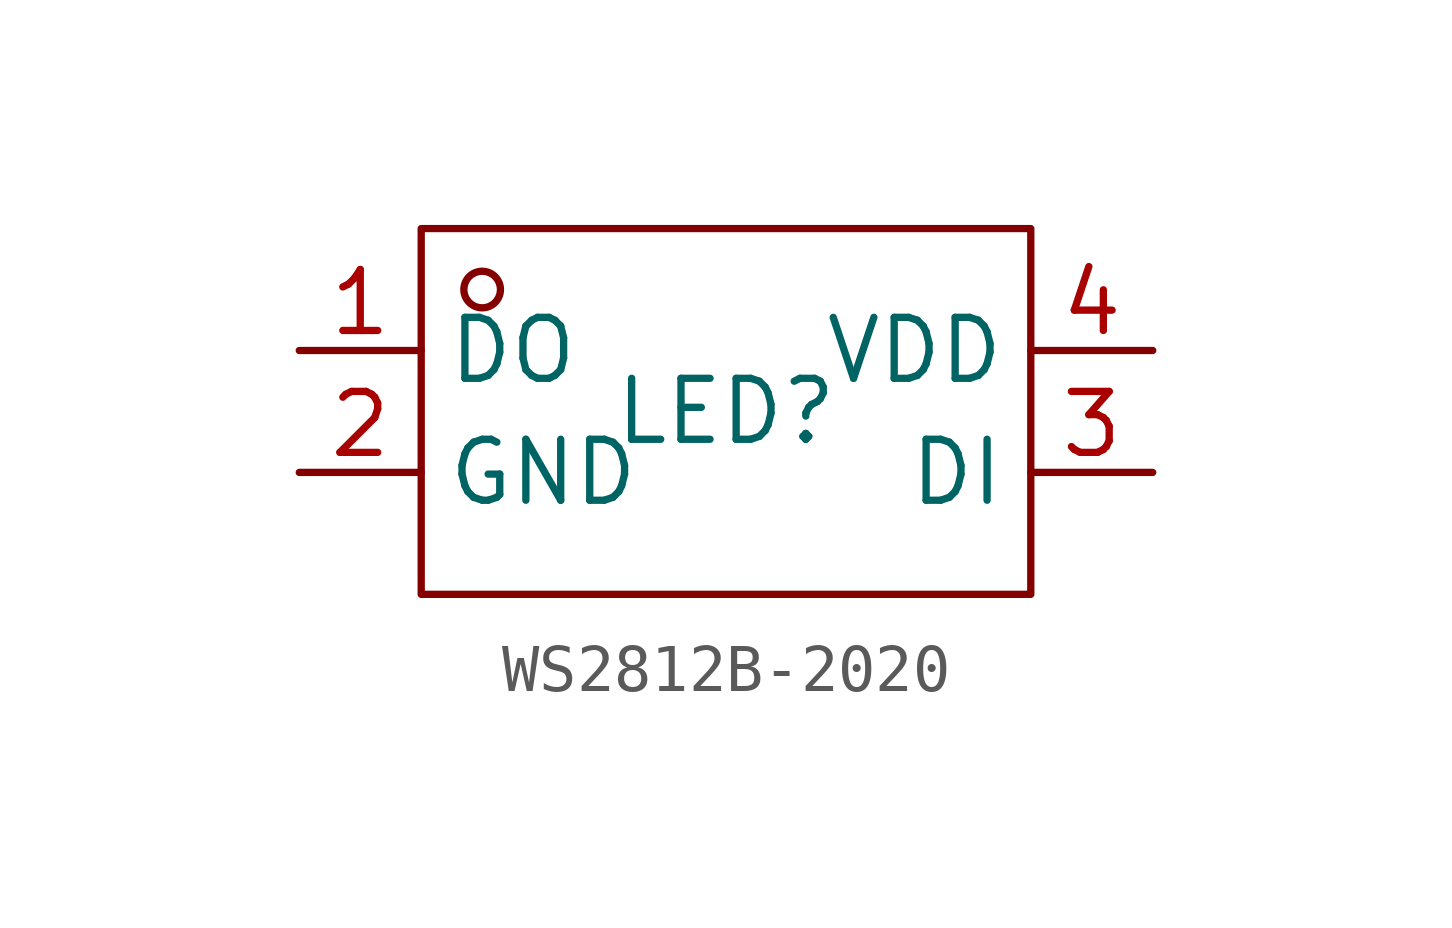
<source format=kicad_sym>
(kicad_symbol_lib
  (version 20241209)
  (generator "kicad_symbol_editor")
  (generator_version "9.0")
  (symbol "WS2812B-2020"
    (property "Reference" "LED"
      (at 0 0 0)
      (effects (font (size 1.27 1.27))))
    (property "Value" ""
      (at 0 0 0)
      (effects (font (size 1.27 1.27))))
    (symbol "WS2812B-2020_1_0"
      (rectangle (start -6.35 -3.81) (end 6.35 3.81) (stroke (width 0) (type default)) (fill (type none)))
      (circle (center -5.08 2.54) (radius 0.381) (stroke (width 0) (type default)) (fill (type none)))
      (pin unspecified line (at -8.89 1.27 0) (length 2.54) (name "DO" (effects (font (size 1.27 1.27)))) (number "1" (effects (font (size 1.27 1.27)))))
      (pin unspecified line (at -8.89 -1.27 0) (length 2.54) (name "GND" (effects (font (size 1.27 1.27)))) (number "2" (effects (font (size 1.27 1.27)))))
      (pin unspecified line (at 8.89 1.27 180) (length 2.54) (name "VDD" (effects (font (size 1.27 1.27)))) (number "4" (effects (font (size 1.27 1.27)))))
      (pin unspecified line (at 8.89 -1.27 180) (length 2.54) (name "DI" (effects (font (size 1.27 1.27)))) (number "3" (effects (font (size 1.27 1.27))))))))
</source>
